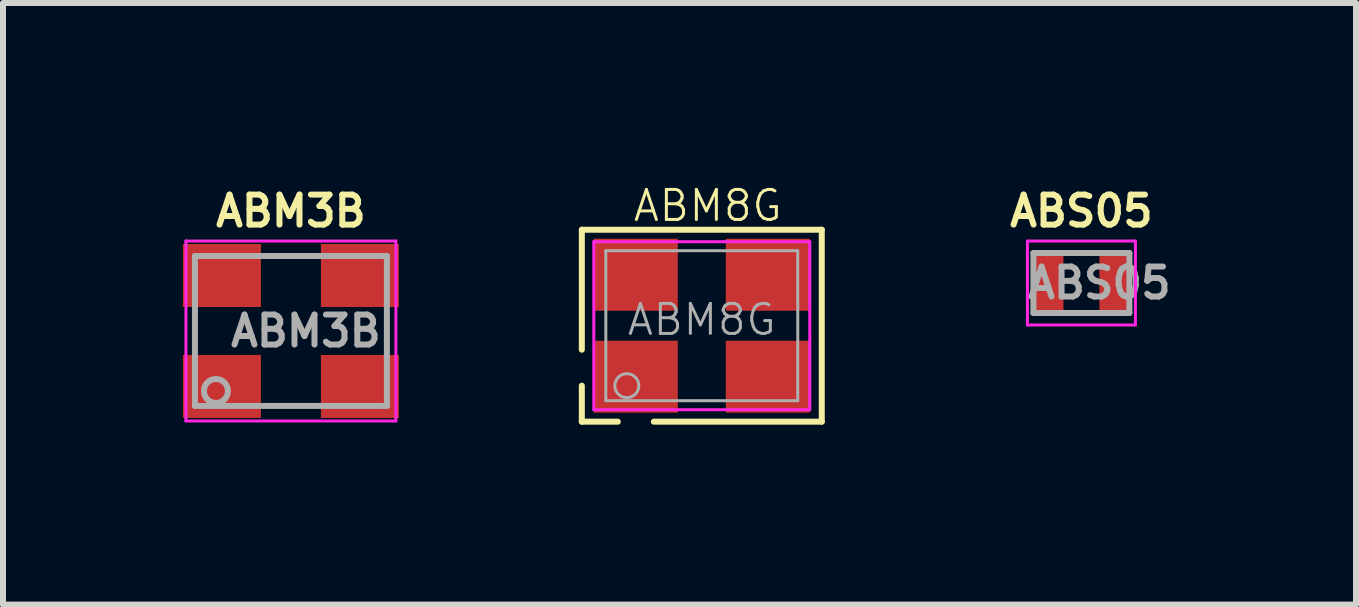
<source format=kicad_pcb>
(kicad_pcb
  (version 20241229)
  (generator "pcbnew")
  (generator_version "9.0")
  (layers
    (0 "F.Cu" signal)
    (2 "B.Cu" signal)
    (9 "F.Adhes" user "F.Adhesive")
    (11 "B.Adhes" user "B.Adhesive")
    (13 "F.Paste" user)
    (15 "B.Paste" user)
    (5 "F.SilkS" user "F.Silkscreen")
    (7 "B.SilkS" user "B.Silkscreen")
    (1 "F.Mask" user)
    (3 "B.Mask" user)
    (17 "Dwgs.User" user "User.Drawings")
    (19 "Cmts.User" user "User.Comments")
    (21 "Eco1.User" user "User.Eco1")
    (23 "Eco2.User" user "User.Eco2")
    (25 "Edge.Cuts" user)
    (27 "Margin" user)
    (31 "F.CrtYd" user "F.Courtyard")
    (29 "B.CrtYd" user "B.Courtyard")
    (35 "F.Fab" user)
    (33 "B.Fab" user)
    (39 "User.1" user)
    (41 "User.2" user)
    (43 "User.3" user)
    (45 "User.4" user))
  (footprint "ABS05"
    (layer "F.Cu")
    (at 14.979 1.668)
    (property "Reference" "ABS05" (at 0 -1.2 0) (layer "F.SilkS") (effects (font (size 0.5 0.5) (thickness 0.1))))
    (attr smd)
    (fp_line (start -0.9 -0.7) (end -0.9 0.7) (stroke (width 0.05) (type solid)) (layer "F.CrtYd"))
    (fp_line (start -0.9 -0.7) (end 0.9 -0.7) (stroke (width 0.05) (type solid)) (layer "F.CrtYd"))
    (fp_line (start -0.9 0.7) (end 0.9 0.7) (stroke (width 0.05) (type solid)) (layer "F.CrtYd"))
    (fp_line (start 0.9 -0.7) (end 0.9 0.7) (stroke (width 0.05) (type solid)) (layer "F.CrtYd"))
    (fp_line (start -0.8 -0.5) (end -0.8 0.5) (stroke (width 0.1) (type solid)) (layer "F.Fab"))
    (fp_line (start -0.8 0.5) (end 0.8 0.5) (stroke (width 0.1) (type solid)) (layer "F.Fab"))
    (fp_line (start 0.8 -0.5) (end -0.8 -0.5) (stroke (width 0.1) (type solid)) (layer "F.Fab"))
    (fp_line (start 0.8 0.5) (end 0.8 -0.5) (stroke (width 0.1) (type solid)) (layer "F.Fab"))
    (fp_text user "${REFERENCE}" (at 0.3 0 0) (layer "F.Fab") (effects (font (size 0.5 0.5) (thickness 0.1))))
    (pad "1" smd rect (at -0.55 0) (size 0.5 1) (layers "F.Cu" "F.Mask" "F.Paste"))
    (pad "2" smd rect (at 0.55 0) (size 0.5 1) (layers "F.Cu" "F.Mask" "F.Paste")))
  (footprint "ABM3B"
    (layer "F.Cu")
    (at 1.8 2.468)
    (property "Reference" "ABM3B" (at 0 -2 0) (layer "F.SilkS") (effects (font (size 0.5 0.5) (thickness 0.1))))
    (attr smd)
    (fp_line (start -1.75 -1.5) (end 1.75 -1.5) (stroke (width 0.05) (type solid)) (layer "F.CrtYd"))
    (fp_line (start -1.75 1.5) (end -1.75 -1.5) (stroke (width 0.05) (type solid)) (layer "F.CrtYd"))
    (fp_line (start 1.75 -1.5) (end 1.75 1.5) (stroke (width 0.05) (type solid)) (layer "F.CrtYd"))
    (fp_line (start 1.75 1.5) (end -1.75 1.5) (stroke (width 0.05) (type solid)) (layer "F.CrtYd"))
    (fp_line (start -1.6 -1.25) (end 1.6 -1.25) (stroke (width 0.1) (type solid)) (layer "F.Fab"))
    (fp_line (start -1.6 1.25) (end -1.6 -1.25) (stroke (width 0.1) (type solid)) (layer "F.Fab"))
    (fp_line (start 1.6 -1.25) (end 1.6 1.25) (stroke (width 0.1) (type solid)) (layer "F.Fab"))
    (fp_line (start 1.6 1.25) (end -1.6 1.25) (stroke (width 0.1) (type solid)) (layer "F.Fab"))
    (fp_circle (center -1.25 1) (end -1.05 1) (stroke (width 0.1) (type solid)) (fill no) (layer "F.Fab"))
    (fp_text user "${REFERENCE}" (at 0.25 0 0) (layer "F.Fab") (effects (font (size 0.5 0.5) (thickness 0.1))))
    (pad "1" smd rect (at -1.15 0.925 180) (size 1.3 1.05) (layers "F.Cu" "F.Mask" "F.Paste"))
    (pad "2" smd rect (at 1.15 0.925 180) (size 1.3 1.05) (layers "F.Cu" "F.Mask" "F.Paste"))
    (pad "3" smd rect (at 1.15 -0.925 180) (size 1.3 1.05) (layers "F.Cu" "F.Mask" "F.Paste"))
    (pad "4" smd rect (at -1.15 -0.925 180) (size 1.3 1.05) (layers "F.Cu" "F.Mask" "F.Paste")))
  (footprint "ABM8G"
    (layer "F.Cu")
    (at 8.65 2.38)
    (property "Reference" "ABM8G" (at 0.1 -2 0) (layer "F.SilkS") (effects (font (size 0.5 0.5) (thickness 0.05))))
    (attr smd)
    (fp_line (start -2 -1.6) (end 2 -1.6) (stroke (width 0.1) (type solid)) (layer "F.SilkS"))
    (fp_line (start -2 0.4) (end -2 -1.6) (stroke (width 0.1) (type solid)) (layer "F.SilkS"))
    (fp_line (start -2 1) (end -2 1.6) (stroke (width 0.1) (type solid)) (layer "F.SilkS"))
    (fp_line (start -2 1.6) (end -1.4 1.6) (stroke (width 0.1) (type solid)) (layer "F.SilkS"))
    (fp_line (start 2 -1.6) (end 2 1.6) (stroke (width 0.1) (type solid)) (layer "F.SilkS"))
    (fp_line (start 2 1.6) (end -0.8 1.6) (stroke (width 0.1) (type solid)) (layer "F.SilkS"))
    (fp_line (start -1.8 -1.4) (end 1.8 -1.4) (stroke (width 0.05) (type solid)) (layer "F.CrtYd"))
    (fp_line (start -1.8 1.4) (end -1.8 -1.4) (stroke (width 0.05) (type solid)) (layer "F.CrtYd"))
    (fp_line (start 1.8 -1.4) (end 1.8 1.4) (stroke (width 0.05) (type solid)) (layer "F.CrtYd"))
    (fp_line (start 1.8 1.4) (end -1.8 1.4) (stroke (width 0.05) (type solid)) (layer "F.CrtYd"))
    (fp_line (start -1.6 -1.25) (end 1.6 -1.25) (stroke (width 0.05) (type solid)) (layer "F.Fab"))
    (fp_line (start -1.6 1.25) (end -1.6 -1.25) (stroke (width 0.05) (type solid)) (layer "F.Fab"))
    (fp_line (start 1.6 -1.25) (end 1.6 1.25) (stroke (width 0.05) (type solid)) (layer "F.Fab"))
    (fp_line (start 1.6 1.25) (end -1.6 1.25) (stroke (width 0.05) (type solid)) (layer "F.Fab"))
    (fp_circle (center -1.25 1) (end -1.05 1) (stroke (width 0.05) (type solid)) (fill no) (layer "F.Fab"))
    (fp_text user "${REFERENCE}" (at 0 -0.1 0) (layer "F.Fab") (effects (font (size 0.5 0.5) (thickness 0.05))))
    (pad "1" smd rect (at -1.1 0.85) (size 1.4 1.2) (layers "F.Cu" "F.Mask" "F.Paste"))
    (pad "2" smd rect (at 1.1 0.85) (size 1.4 1.2) (layers "F.Cu" "F.Mask" "F.Paste"))
    (pad "3" smd rect (at 1.1 -0.85) (size 1.4 1.2) (layers "F.Cu" "F.Mask" "F.Paste"))
    (pad "4" smd rect (at -1.1 -0.85) (size 1.4 1.2) (layers "F.Cu" "F.Mask" "F.Paste")))
  (gr_rect
    (start -3 -3)
    (end 19.557 7.03)
    (stroke (width 0.1) (type default))
    (fill no)
    (layer "Edge.Cuts")))
</source>
